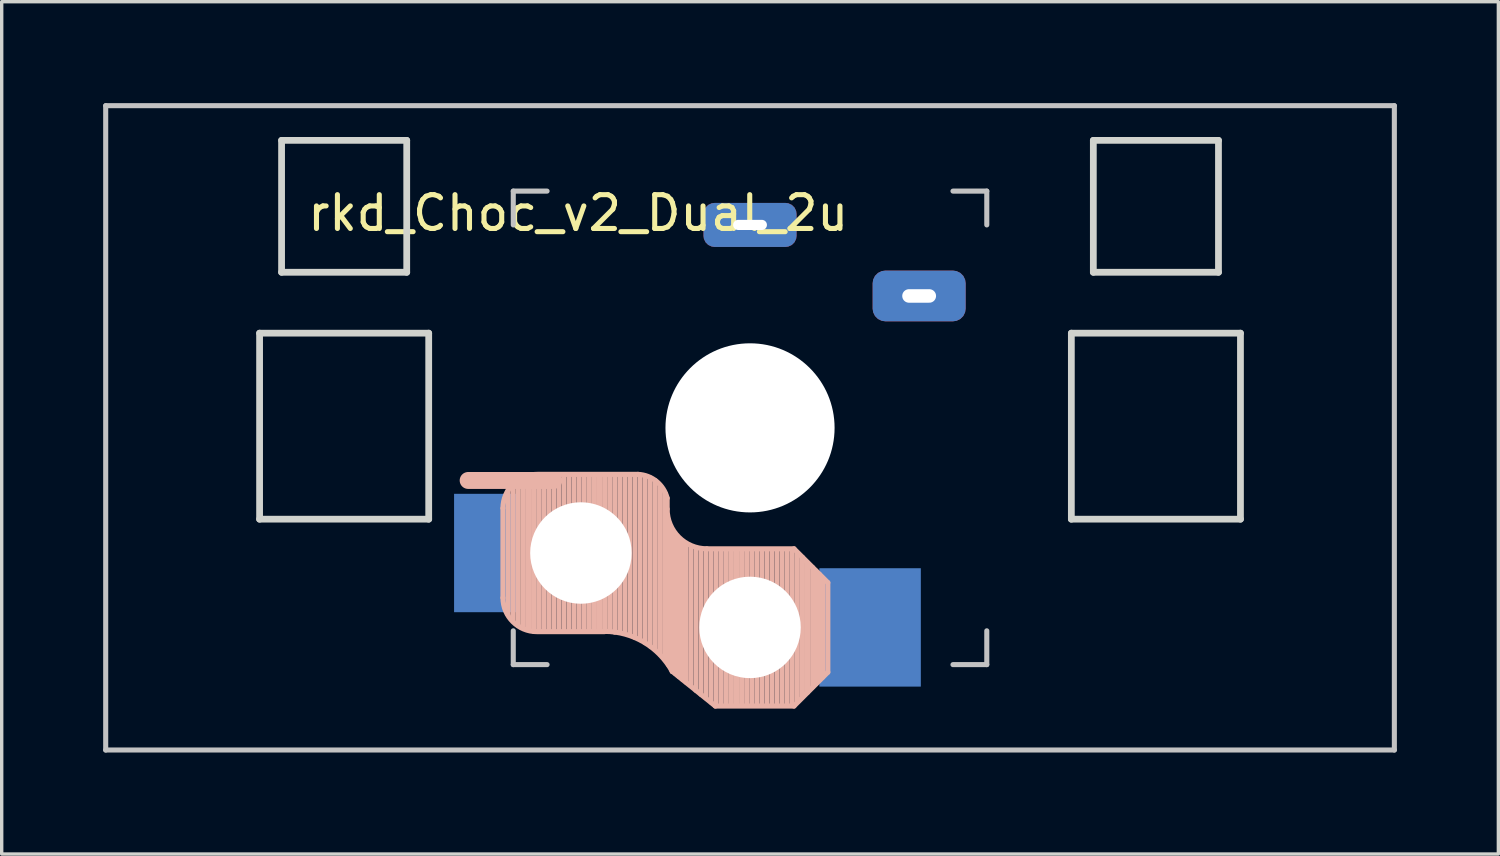
<source format=kicad_pcb>
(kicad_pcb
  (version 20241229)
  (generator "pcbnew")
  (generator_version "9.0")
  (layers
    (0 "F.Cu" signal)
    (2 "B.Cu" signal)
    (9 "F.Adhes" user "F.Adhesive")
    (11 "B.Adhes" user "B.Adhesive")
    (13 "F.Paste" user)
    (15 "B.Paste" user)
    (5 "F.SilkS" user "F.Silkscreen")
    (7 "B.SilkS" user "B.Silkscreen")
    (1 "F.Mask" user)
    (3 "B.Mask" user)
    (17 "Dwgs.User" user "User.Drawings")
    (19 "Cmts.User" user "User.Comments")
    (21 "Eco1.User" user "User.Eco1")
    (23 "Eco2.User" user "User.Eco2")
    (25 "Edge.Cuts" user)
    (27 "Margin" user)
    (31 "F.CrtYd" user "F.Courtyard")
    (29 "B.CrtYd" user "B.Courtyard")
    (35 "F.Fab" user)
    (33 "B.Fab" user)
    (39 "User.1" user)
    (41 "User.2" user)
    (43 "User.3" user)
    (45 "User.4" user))
  (footprint "rkd_Choc_v2_Dual_2u"
    (layer "F.Cu")
    (at 19.125 9.6)
    (property "Reference" "rkd_Choc_v2_Dual_2u" (at -5.08 -6.35 180) (layer "F.SilkS") (effects (font (size 1 1) (thickness 0.15))))
    (attr through_hole)
    (fp_line (start -7.305 2.375) (end -7.305 5.025) (stroke (width 0.15) (type solid)) (layer "B.SilkS"))
    (fp_line (start -7.15 5.53) (end -7.15 1.85) (stroke (width 0.15) (type solid)) (layer "B.SilkS"))
    (fp_line (start -7 5.7) (end -7 1.73) (stroke (width 0.15) (type solid)) (layer "B.SilkS"))
    (fp_line (start -6.85 5.84) (end -6.85 1.7) (stroke (width 0.15) (type solid)) (layer "B.SilkS"))
    (fp_line (start -6.7 5.92) (end -6.7 1.8) (stroke (width 0.15) (type solid)) (layer "B.SilkS"))
    (fp_line (start -6.55 5.97) (end -6.55 1.65) (stroke (width 0.15) (type solid)) (layer "B.SilkS"))
    (fp_line (start -6.4 6.01) (end -6.4 1.5) (stroke (width 0.15) (type solid)) (layer "B.SilkS"))
    (fp_line (start -6.25 6) (end -6.25 1.4) (stroke (width 0.15) (type solid)) (layer "B.SilkS"))
    (fp_line (start -6.1 6) (end -6.1 1.4) (stroke (width 0.15) (type solid)) (layer "B.SilkS"))
    (fp_line (start -5.95 6) (end -5.95 1.4) (stroke (width 0.15) (type solid)) (layer "B.SilkS"))
    (fp_line (start -5.8 1.555) (end -8.334 1.555) (stroke (width 0.5) (type default)) (layer "B.SilkS"))
    (fp_line (start -5.8 6) (end -5.8 1.4) (stroke (width 0.15) (type solid)) (layer "B.SilkS"))
    (fp_line (start -5.65 6) (end -5.65 1.4) (stroke (width 0.15) (type solid)) (layer "B.SilkS"))
    (fp_line (start -5.5 6) (end -5.5 1.4) (stroke (width 0.15) (type solid)) (layer "B.SilkS"))
    (fp_line (start -5.35 6) (end -5.35 1.4) (stroke (width 0.15) (type solid)) (layer "B.SilkS"))
    (fp_line (start -5.2 6) (end -5.2 1.4) (stroke (width 0.15) (type solid)) (layer "B.SilkS"))
    (fp_line (start -5.05 6) (end -5.05 1.4) (stroke (width 0.15) (type solid)) (layer "B.SilkS"))
    (fp_line (start -4.9 6) (end -4.9 1.4) (stroke (width 0.15) (type solid)) (layer "B.SilkS"))
    (fp_line (start -4.75 6) (end -4.75 1.4) (stroke (width 0.15) (type solid)) (layer "B.SilkS"))
    (fp_line (start -4.6 6) (end -4.6 1.4) (stroke (width 0.15) (type solid)) (layer "B.SilkS"))
    (fp_line (start -4.45 6) (end -4.45 1.4) (stroke (width 0.15) (type solid)) (layer "B.SilkS"))
    (fp_line (start -4.3 6) (end -4.3 1.4) (stroke (width 0.15) (type solid)) (layer "B.SilkS"))
    (fp_line (start -4.3 6.025) (end -6.275 6.025) (stroke (width 0.15) (type solid)) (layer "B.SilkS"))
    (fp_line (start -4.15 6) (end -4.15 1.45) (stroke (width 0.15) (type solid)) (layer "B.SilkS"))
    (fp_line (start -4 6.04) (end -4 1.4) (stroke (width 0.15) (type solid)) (layer "B.SilkS"))
    (fp_line (start -3.85 6.05) (end -3.85 1.4) (stroke (width 0.15) (type solid)) (layer "B.SilkS"))
    (fp_line (start -3.7 6.05) (end -3.7 1.45) (stroke (width 0.15) (type solid)) (layer "B.SilkS"))
    (fp_line (start -3.55 6.1) (end -3.55 1.39) (stroke (width 0.15) (type solid)) (layer "B.SilkS"))
    (fp_line (start -3.4 6.2) (end -3.4 1.38) (stroke (width 0.15) (type solid)) (layer "B.SilkS"))
    (fp_line (start -3.311 1.375) (end -6.275 1.375) (stroke (width 0.15) (type solid)) (layer "B.SilkS"))
    (fp_line (start -3.25 6.25) (end -3.25 1.4) (stroke (width 0.15) (type solid)) (layer "B.SilkS"))
    (fp_line (start -3.1 6.35) (end -3.1 1.43) (stroke (width 0.15) (type solid)) (layer "B.SilkS"))
    (fp_line (start -2.95 6.45) (end -2.95 1.48) (stroke (width 0.15) (type solid)) (layer "B.SilkS"))
    (fp_line (start -2.8 6.55) (end -2.8 1.56) (stroke (width 0.15) (type solid)) (layer "B.SilkS"))
    (fp_line (start -2.65 6.7) (end -2.65 1.75) (stroke (width 0.15) (type solid)) (layer "B.SilkS"))
    (fp_line (start -2.5 6.85) (end -2.5 1.95) (stroke (width 0.15) (type solid)) (layer "B.SilkS"))
    (fp_line (start -2.45 2.4) (end -2.45 2.077) (stroke (width 0.15) (type default)) (layer "B.SilkS"))
    (fp_line (start -2.4 7.02) (end -2.4 2.9) (stroke (width 0.15) (type solid)) (layer "B.SilkS"))
    (fp_line (start -2.3 7.2) (end -2.3 3.05) (stroke (width 0.15) (type solid)) (layer "B.SilkS"))
    (fp_line (start -2.3 7.2) (end -1.025 8.225) (stroke (width 0.15) (type solid)) (layer "B.SilkS"))
    (fp_line (start -2.2 7.27) (end -2.2 3.25) (stroke (width 0.15) (type solid)) (layer "B.SilkS"))
    (fp_line (start -2.1 7.35) (end -2.1 3.35) (stroke (width 0.15) (type solid)) (layer "B.SilkS"))
    (fp_line (start -2 7.43) (end -2 3.4) (stroke (width 0.15) (type solid)) (layer "B.SilkS"))
    (fp_line (start -1.89 7.52) (end -1.9 3.45) (stroke (width 0.15) (type solid)) (layer "B.SilkS"))
    (fp_line (start -1.75 7.62) (end -1.75 3.5) (stroke (width 0.15) (type solid)) (layer "B.SilkS"))
    (fp_line (start -1.6 7.76) (end -1.6 3.6) (stroke (width 0.15) (type solid)) (layer "B.SilkS"))
    (fp_line (start -1.45 7.88) (end -1.45 3.6) (stroke (width 0.15) (type solid)) (layer "B.SilkS"))
    (fp_line (start -1.3 7.99) (end -1.3 3.6) (stroke (width 0.15) (type solid)) (layer "B.SilkS"))
    (fp_line (start -1.15 8.11) (end -1.15 3.65) (stroke (width 0.15) (type solid)) (layer "B.SilkS"))
    (fp_line (start -1 8.2) (end -1 3.6) (stroke (width 0.15) (type solid)) (layer "B.SilkS"))
    (fp_line (start -0.85 8.2) (end -0.85 3.6) (stroke (width 0.15) (type solid)) (layer "B.SilkS"))
    (fp_line (start -0.7 8.2) (end -0.7 3.6) (stroke (width 0.15) (type solid)) (layer "B.SilkS"))
    (fp_line (start -0.55 8.2) (end -0.55 3.6) (stroke (width 0.15) (type solid)) (layer "B.SilkS"))
    (fp_line (start -0.4 8.2) (end -0.4 3.6) (stroke (width 0.15) (type solid)) (layer "B.SilkS"))
    (fp_line (start -0.25 8.2) (end -0.25 3.6) (stroke (width 0.15) (type solid)) (layer "B.SilkS"))
    (fp_line (start -0.1 8.2) (end -0.1 3.6) (stroke (width 0.15) (type solid)) (layer "B.SilkS"))
    (fp_line (start 0.05 8.2) (end 0.05 3.6) (stroke (width 0.15) (type solid)) (layer "B.SilkS"))
    (fp_line (start 0.2 8.2) (end 0.2 3.6) (stroke (width 0.15) (type solid)) (layer "B.SilkS"))
    (fp_line (start 0.35 8.2) (end 0.35 3.6) (stroke (width 0.15) (type solid)) (layer "B.SilkS"))
    (fp_line (start 0.5 8.2) (end 0.5 3.6) (stroke (width 0.15) (type solid)) (layer "B.SilkS"))
    (fp_line (start 0.65 8.2) (end 0.65 3.6) (stroke (width 0.15) (type solid)) (layer "B.SilkS"))
    (fp_line (start 0.8 8.2) (end 0.8 3.6) (stroke (width 0.15) (type solid)) (layer "B.SilkS"))
    (fp_line (start 0.95 8.2) (end 0.95 3.6) (stroke (width 0.15) (type solid)) (layer "B.SilkS"))
    (fp_line (start 1.1 8.2) (end 1.1 3.6) (stroke (width 0.15) (type solid)) (layer "B.SilkS"))
    (fp_line (start 1.25 8.2) (end 1.25 3.6) (stroke (width 0.15) (type solid)) (layer "B.SilkS"))
    (fp_line (start 1.3 3.575) (end -1.275 3.575) (stroke (width 0.15) (type solid)) (layer "B.SilkS"))
    (fp_line (start 1.3 8.225) (end -1.025 8.225) (stroke (width 0.15) (type solid)) (layer "B.SilkS"))
    (fp_line (start 1.4 8.09) (end 1.4 3.7) (stroke (width 0.15) (type solid)) (layer "B.SilkS"))
    (fp_line (start 1.55 7.95) (end 1.55 3.83) (stroke (width 0.15) (type solid)) (layer "B.SilkS"))
    (fp_line (start 1.7 7.82) (end 1.7 3.99) (stroke (width 0.15) (type solid)) (layer "B.SilkS"))
    (fp_line (start 1.85 7.66) (end 1.85 4.13) (stroke (width 0.15) (type solid)) (layer "B.SilkS"))
    (fp_line (start 1.95 7.56) (end 1.95 4.23) (stroke (width 0.15) (type solid)) (layer "B.SilkS"))
    (fp_line (start 2.05 7.45) (end 2.05 4.33) (stroke (width 0.15) (type solid)) (layer "B.SilkS"))
    (fp_line (start 2.15 7.37) (end 2.15 4.44) (stroke (width 0.15) (type solid)) (layer "B.SilkS"))
    (fp_line (start 2.3 4.575) (end 1.3 3.575) (stroke (width 0.15) (type solid)) (layer "B.SilkS"))
    (fp_line (start 2.3 4.575) (end 2.3 7.225) (stroke (width 0.15) (type solid)) (layer "B.SilkS"))
    (fp_line (start 2.3 7.225) (end 1.3 8.225) (stroke (width 0.15) (type solid)) (layer "B.SilkS"))
    (fp_arc (start -7.305 2.375) (mid -7.012107 1.667893) (end -6.305 1.375) (stroke (width 0.15) (type solid)) (layer "B.SilkS"))
    (fp_arc (start -6.305 6.025) (mid -7.012107 5.732107) (end -7.305 5.025) (stroke (width 0.15) (type solid)) (layer "B.SilkS"))
    (fp_arc (start -4.3 6.017458) (mid -3.138277 6.335211) (end -2.3 7.2) (stroke (width 0.15) (type solid)) (layer "B.SilkS"))
    (fp_arc (start -3.311204 1.375) (mid -2.763915 1.58277) (end -2.45 2.076887) (stroke (width 0.15) (type solid)) (layer "B.SilkS"))
    (fp_arc (start -1.275 3.575) (mid -2.10585 3.23085) (end -2.45 2.4) (stroke (width 0.15) (type solid)) (layer "B.SilkS"))
    (fp_line (start -19.05 -9.525) (end 19.05 -9.525) (stroke (width 0.15) (type solid)) (layer "Dwgs.User"))
    (fp_line (start -19.05 9.525) (end -19.05 -9.525) (stroke (width 0.15) (type solid)) (layer "Dwgs.User"))
    (fp_line (start -7 -7) (end -6 -7) (stroke (width 0.15) (type solid)) (layer "Dwgs.User"))
    (fp_line (start -7 -6) (end -7 -7) (stroke (width 0.15) (type solid)) (layer "Dwgs.User"))
    (fp_line (start -7 7) (end -7 6) (stroke (width 0.15) (type solid)) (layer "Dwgs.User"))
    (fp_line (start -6 7) (end -7 7) (stroke (width 0.15) (type solid)) (layer "Dwgs.User"))
    (fp_line (start 6 7) (end 7 7) (stroke (width 0.15) (type solid)) (layer "Dwgs.User"))
    (fp_line (start 7 -7) (end 6 -7) (stroke (width 0.15) (type solid)) (layer "Dwgs.User"))
    (fp_line (start 7 -6) (end 7 -7) (stroke (width 0.15) (type solid)) (layer "Dwgs.User"))
    (fp_line (start 7 7) (end 7 6) (stroke (width 0.15) (type solid)) (layer "Dwgs.User"))
    (fp_line (start 19.05 -9.525) (end 19.05 9.525) (stroke (width 0.15) (type solid)) (layer "Dwgs.User"))
    (fp_line (start 19.05 9.525) (end -19.05 9.525) (stroke (width 0.15) (type solid)) (layer "Dwgs.User"))
    (fp_line (start -14.5 -2.8) (end -9.5 -2.8) (stroke (width 0.2) (type solid)) (layer "Edge.Cuts"))
    (fp_line (start -14.5 2.7) (end -14.5 -2.8) (stroke (width 0.2) (type solid)) (layer "Edge.Cuts"))
    (fp_line (start -13.85 -8.5) (end -10.15 -8.5) (stroke (width 0.2) (type solid)) (layer "Edge.Cuts"))
    (fp_line (start -13.85 -4.6) (end -13.85 -8.5) (stroke (width 0.2) (type solid)) (layer "Edge.Cuts"))
    (fp_line (start -10.15 -8.5) (end -10.15 -4.6) (stroke (width 0.2) (type solid)) (layer "Edge.Cuts"))
    (fp_line (start -10.15 -4.6) (end -13.85 -4.6) (stroke (width 0.2) (type solid)) (layer "Edge.Cuts"))
    (fp_line (start -9.5 -2.8) (end -9.5 2.7) (stroke (width 0.2) (type solid)) (layer "Edge.Cuts"))
    (fp_line (start -9.5 2.7) (end -14.5 2.7) (stroke (width 0.2) (type solid)) (layer "Edge.Cuts"))
    (fp_line (start 9.5 -2.8) (end 9.5 2.7) (stroke (width 0.2) (type solid)) (layer "Edge.Cuts"))
    (fp_line (start 9.5 2.7) (end 14.5 2.7) (stroke (width 0.2) (type solid)) (layer "Edge.Cuts"))
    (fp_line (start 10.15 -8.5) (end 10.15 -4.6) (stroke (width 0.2) (type solid)) (layer "Edge.Cuts"))
    (fp_line (start 10.15 -4.6) (end 13.85 -4.6) (stroke (width 0.2) (type solid)) (layer "Edge.Cuts"))
    (fp_line (start 13.85 -8.5) (end 10.15 -8.5) (stroke (width 0.2) (type solid)) (layer "Edge.Cuts"))
    (fp_line (start 13.85 -8.5) (end 13.85 -4.6) (stroke (width 0.2) (type solid)) (layer "Edge.Cuts"))
    (fp_line (start 14.5 -2.8) (end 9.5 -2.8) (stroke (width 0.2) (type solid)) (layer "Edge.Cuts"))
    (fp_line (start 14.5 2.7) (end 14.5 -2.8) (stroke (width 0.2) (type solid)) (layer "Edge.Cuts"))
    (pad "" np_thru_hole circle (at -5 3.7 90) (size 3 3) (drill 3) (layers "*.Cu" "*.Mask"))
    (pad "" np_thru_hole circle (at 0 0 90) (size 5 5) (drill 5) (layers "*.Cu" "*.Mask"))
    (pad "" np_thru_hole circle (at 0 5.9 90) (size 3 3) (drill 3) (layers "*.Cu" "*.Mask"))
    (pad "1" smd rect (at -7.8 3.7 180) (size 1.9 3.5) (layers "B.Cu" "B.Mask" "B.Paste"))
    (pad "1" thru_hole roundrect (at 0 -6 180) (size 2.75 1.3) (drill oval 1 0.3) (layers "*.Cu" "*.Mask") (roundrect_rratio 0.25))
    (pad "2" smd rect (at 3.55 5.9 180) (size 3 3.5) (layers "B.Cu" "B.Mask" "B.Paste"))
    (pad "2" thru_hole roundrect (at 5 -3.9 180) (size 2.75 1.5) (drill oval 1 0.4) (layers "*.Cu" "*.Mask") (roundrect_rratio 0.25)))
  (gr_rect
    (start -3 -3)
    (end 41.25 22.2)
    (stroke (width 0.1) (type default))
    (fill no)
    (layer "Edge.Cuts")))
</source>
